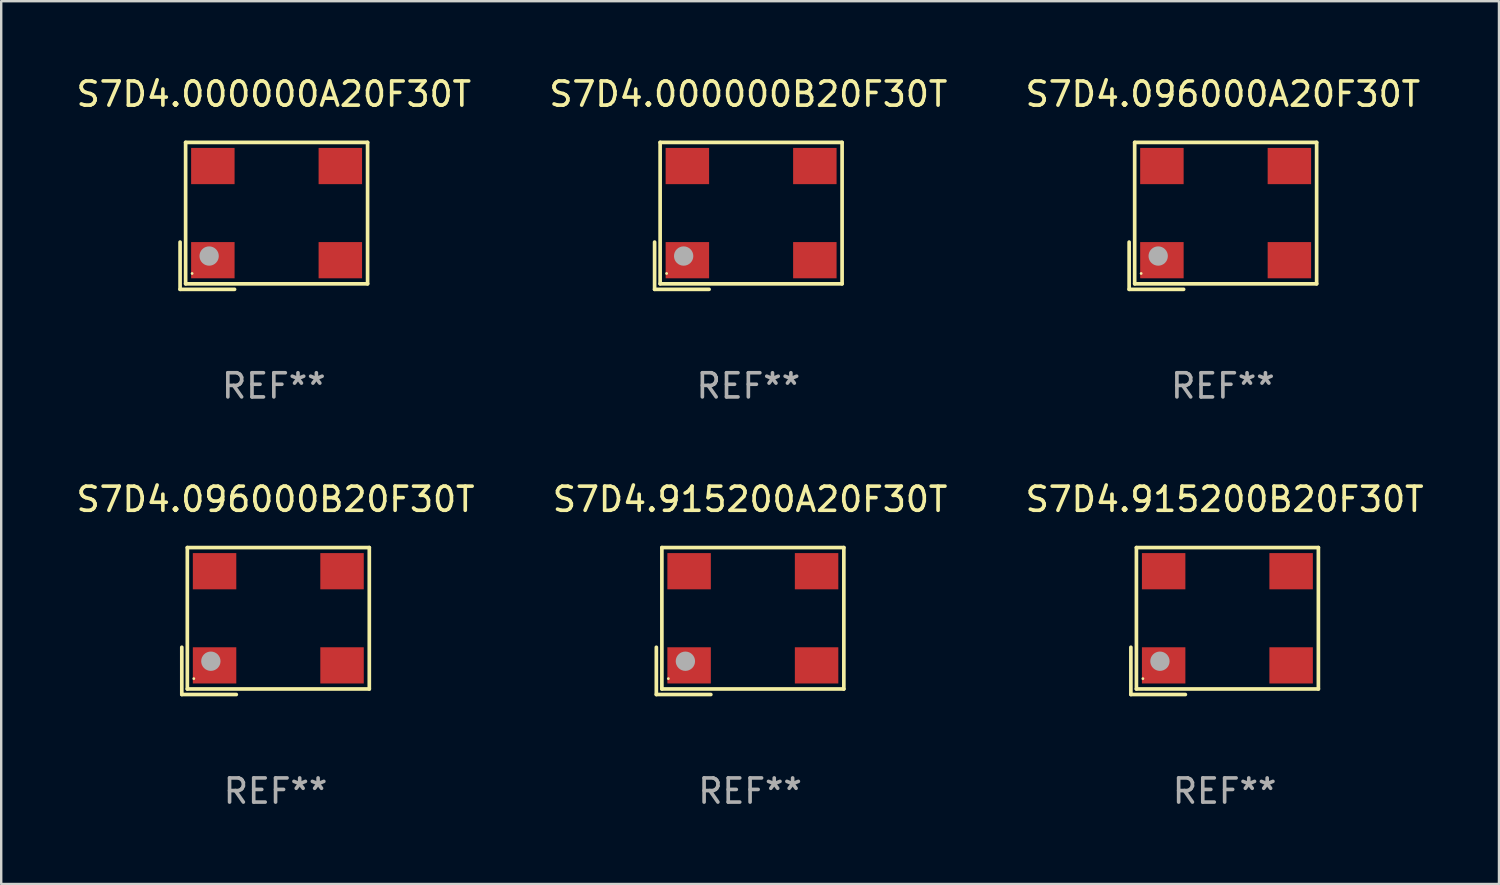
<source format=kicad_pcb>
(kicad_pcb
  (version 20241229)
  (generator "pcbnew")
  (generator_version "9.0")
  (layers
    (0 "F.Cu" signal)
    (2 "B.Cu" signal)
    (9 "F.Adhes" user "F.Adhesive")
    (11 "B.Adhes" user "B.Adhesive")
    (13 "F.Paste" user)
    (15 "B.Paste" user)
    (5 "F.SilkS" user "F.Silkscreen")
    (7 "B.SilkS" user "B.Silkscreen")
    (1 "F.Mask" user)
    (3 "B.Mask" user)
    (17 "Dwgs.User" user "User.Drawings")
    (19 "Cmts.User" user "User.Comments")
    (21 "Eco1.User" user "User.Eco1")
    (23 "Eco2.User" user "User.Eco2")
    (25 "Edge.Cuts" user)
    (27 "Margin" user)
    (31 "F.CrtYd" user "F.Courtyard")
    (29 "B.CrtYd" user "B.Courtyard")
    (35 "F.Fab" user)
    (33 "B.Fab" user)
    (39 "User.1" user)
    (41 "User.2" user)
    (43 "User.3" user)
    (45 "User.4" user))
  (footprint "S7D4.096000A20F30T"
    (layer "F.Cu")
    (at 47.601 5.891)
    (property "Reference" "S7D4.096000A20F30T" (at 0 -5.043 0) (layer "F.SilkS") (effects (font (size 1 1) (thickness 0.15))))
    (attr through_hole)
    (fp_line (start -3.883 1.086) (end -3.883 3.043) (stroke (width 0.152) (type solid)) (layer "F.SilkS"))
    (fp_line (start -3.883 3.043) (end -1.626 3.043) (stroke (width 0.152) (type solid)) (layer "F.SilkS"))
    (fp_line (start -3.654 -3.043) (end 3.883 -3.043) (stroke (width 0.152) (type solid)) (layer "F.SilkS"))
    (fp_line (start -3.654 2.814) (end -3.654 -3.043) (stroke (width 0.152) (type solid)) (layer "F.SilkS"))
    (fp_line (start 3.883 -3.043) (end 3.883 2.814) (stroke (width 0.152) (type solid)) (layer "F.SilkS"))
    (fp_line (start 3.883 2.814) (end -3.654 2.814) (stroke (width 0.152) (type solid)) (layer "F.SilkS"))
    (fp_circle (center -3.386 2.386) (end -3.356 2.386) (stroke (width 0.06) (type solid)) (fill no) (layer "F.SilkS"))
    (fp_circle (center -2.68 1.664) (end -2.48 1.664) (stroke (width 0.4) (type solid)) (fill no) (layer "F.Fab"))
    (fp_text user "REF**" (at 0 7.043 0) (layer "F.Fab") (effects (font (size 1 1) (thickness 0.15))))
    (pad "1" smd rect (at -2.526 1.836) (size 1.8 1.5) (layers "F.Cu" "F.Mask" "F.Paste"))
    (pad "2" smd rect (at 2.754 1.836) (size 1.8 1.5) (layers "F.Cu" "F.Mask" "F.Paste"))
    (pad "3" smd rect (at 2.754 -2.064) (size 1.8 1.5) (layers "F.Cu" "F.Mask" "F.Paste"))
    (pad "4" smd rect (at -2.526 -2.064) (size 1.8 1.5) (layers "F.Cu" "F.Mask" "F.Paste")))
  (footprint "S7D4.000000B20F30T"
    (layer "F.Cu")
    (at 27.946 5.891)
    (property "Reference" "S7D4.000000B20F30T" (at 0 -5.043 0) (layer "F.SilkS") (effects (font (size 1 1) (thickness 0.15))))
    (attr through_hole)
    (fp_line (start -3.883 1.086) (end -3.883 3.043) (stroke (width 0.152) (type solid)) (layer "F.SilkS"))
    (fp_line (start -3.883 3.043) (end -1.626 3.043) (stroke (width 0.152) (type solid)) (layer "F.SilkS"))
    (fp_line (start -3.654 -3.043) (end 3.883 -3.043) (stroke (width 0.152) (type solid)) (layer "F.SilkS"))
    (fp_line (start -3.654 2.814) (end -3.654 -3.043) (stroke (width 0.152) (type solid)) (layer "F.SilkS"))
    (fp_line (start 3.883 -3.043) (end 3.883 2.814) (stroke (width 0.152) (type solid)) (layer "F.SilkS"))
    (fp_line (start 3.883 2.814) (end -3.654 2.814) (stroke (width 0.152) (type solid)) (layer "F.SilkS"))
    (fp_circle (center -3.386 2.386) (end -3.356 2.386) (stroke (width 0.06) (type solid)) (fill no) (layer "F.SilkS"))
    (fp_circle (center -2.68 1.664) (end -2.48 1.664) (stroke (width 0.4) (type solid)) (fill no) (layer "F.Fab"))
    (fp_text user "REF**" (at 0 7.043 0) (layer "F.Fab") (effects (font (size 1 1) (thickness 0.15))))
    (pad "1" smd rect (at -2.526 1.836) (size 1.8 1.5) (layers "F.Cu" "F.Mask" "F.Paste"))
    (pad "2" smd rect (at 2.754 1.836) (size 1.8 1.5) (layers "F.Cu" "F.Mask" "F.Paste"))
    (pad "3" smd rect (at 2.754 -2.064) (size 1.8 1.5) (layers "F.Cu" "F.Mask" "F.Paste"))
    (pad "4" smd rect (at -2.526 -2.064) (size 1.8 1.5) (layers "F.Cu" "F.Mask" "F.Paste")))
  (footprint "S7D4.000000A20F30T"
    (layer "F.Cu")
    (at 8.292 5.891)
    (property "Reference" "S7D4.000000A20F30T" (at 0 -5.043 0) (layer "F.SilkS") (effects (font (size 1 1) (thickness 0.15))))
    (attr through_hole)
    (fp_line (start -3.883 1.086) (end -3.883 3.043) (stroke (width 0.152) (type solid)) (layer "F.SilkS"))
    (fp_line (start -3.883 3.043) (end -1.626 3.043) (stroke (width 0.152) (type solid)) (layer "F.SilkS"))
    (fp_line (start -3.654 -3.043) (end 3.883 -3.043) (stroke (width 0.152) (type solid)) (layer "F.SilkS"))
    (fp_line (start -3.654 2.814) (end -3.654 -3.043) (stroke (width 0.152) (type solid)) (layer "F.SilkS"))
    (fp_line (start 3.883 -3.043) (end 3.883 2.814) (stroke (width 0.152) (type solid)) (layer "F.SilkS"))
    (fp_line (start 3.883 2.814) (end -3.654 2.814) (stroke (width 0.152) (type solid)) (layer "F.SilkS"))
    (fp_circle (center -3.386 2.386) (end -3.356 2.386) (stroke (width 0.06) (type solid)) (fill no) (layer "F.SilkS"))
    (fp_circle (center -2.68 1.664) (end -2.48 1.664) (stroke (width 0.4) (type solid)) (fill no) (layer "F.Fab"))
    (fp_text user "REF**" (at 0 7.043 0) (layer "F.Fab") (effects (font (size 1 1) (thickness 0.15))))
    (pad "1" smd rect (at -2.526 1.836) (size 1.8 1.5) (layers "F.Cu" "F.Mask" "F.Paste"))
    (pad "2" smd rect (at 2.754 1.836) (size 1.8 1.5) (layers "F.Cu" "F.Mask" "F.Paste"))
    (pad "3" smd rect (at 2.754 -2.064) (size 1.8 1.5) (layers "F.Cu" "F.Mask" "F.Paste"))
    (pad "4" smd rect (at -2.526 -2.064) (size 1.8 1.5) (layers "F.Cu" "F.Mask" "F.Paste")))
  (footprint "S7D4.915200A20F30T"
    (layer "F.Cu")
    (at 28.018 22.673)
    (property "Reference" "S7D4.915200A20F30T" (at 0 -5.043 0) (layer "F.SilkS") (effects (font (size 1 1) (thickness 0.15))))
    (attr through_hole)
    (fp_line (start -3.883 1.086) (end -3.883 3.043) (stroke (width 0.152) (type solid)) (layer "F.SilkS"))
    (fp_line (start -3.883 3.043) (end -1.626 3.043) (stroke (width 0.152) (type solid)) (layer "F.SilkS"))
    (fp_line (start -3.654 -3.043) (end 3.883 -3.043) (stroke (width 0.152) (type solid)) (layer "F.SilkS"))
    (fp_line (start -3.654 2.814) (end -3.654 -3.043) (stroke (width 0.152) (type solid)) (layer "F.SilkS"))
    (fp_line (start 3.883 -3.043) (end 3.883 2.814) (stroke (width 0.152) (type solid)) (layer "F.SilkS"))
    (fp_line (start 3.883 2.814) (end -3.654 2.814) (stroke (width 0.152) (type solid)) (layer "F.SilkS"))
    (fp_circle (center -3.386 2.386) (end -3.356 2.386) (stroke (width 0.06) (type solid)) (fill no) (layer "F.SilkS"))
    (fp_circle (center -2.68 1.664) (end -2.48 1.664) (stroke (width 0.4) (type solid)) (fill no) (layer "F.Fab"))
    (fp_text user "REF**" (at 0 7.043 0) (layer "F.Fab") (effects (font (size 1 1) (thickness 0.15))))
    (pad "1" smd rect (at -2.526 1.836) (size 1.8 1.5) (layers "F.Cu" "F.Mask" "F.Paste"))
    (pad "2" smd rect (at 2.754 1.836) (size 1.8 1.5) (layers "F.Cu" "F.Mask" "F.Paste"))
    (pad "3" smd rect (at 2.754 -2.064) (size 1.8 1.5) (layers "F.Cu" "F.Mask" "F.Paste"))
    (pad "4" smd rect (at -2.526 -2.064) (size 1.8 1.5) (layers "F.Cu" "F.Mask" "F.Paste")))
  (footprint "S7D4.096000B20F30T"
    (layer "F.Cu")
    (at 8.363 22.673)
    (property "Reference" "S7D4.096000B20F30T" (at 0 -5.043 0) (layer "F.SilkS") (effects (font (size 1 1) (thickness 0.15))))
    (attr through_hole)
    (fp_line (start -3.883 1.086) (end -3.883 3.043) (stroke (width 0.152) (type solid)) (layer "F.SilkS"))
    (fp_line (start -3.883 3.043) (end -1.626 3.043) (stroke (width 0.152) (type solid)) (layer "F.SilkS"))
    (fp_line (start -3.654 -3.043) (end 3.883 -3.043) (stroke (width 0.152) (type solid)) (layer "F.SilkS"))
    (fp_line (start -3.654 2.814) (end -3.654 -3.043) (stroke (width 0.152) (type solid)) (layer "F.SilkS"))
    (fp_line (start 3.883 -3.043) (end 3.883 2.814) (stroke (width 0.152) (type solid)) (layer "F.SilkS"))
    (fp_line (start 3.883 2.814) (end -3.654 2.814) (stroke (width 0.152) (type solid)) (layer "F.SilkS"))
    (fp_circle (center -3.386 2.386) (end -3.356 2.386) (stroke (width 0.06) (type solid)) (fill no) (layer "F.SilkS"))
    (fp_circle (center -2.68 1.664) (end -2.48 1.664) (stroke (width 0.4) (type solid)) (fill no) (layer "F.Fab"))
    (fp_text user "REF**" (at 0 7.043 0) (layer "F.Fab") (effects (font (size 1 1) (thickness 0.15))))
    (pad "1" smd rect (at -2.526 1.836) (size 1.8 1.5) (layers "F.Cu" "F.Mask" "F.Paste"))
    (pad "2" smd rect (at 2.754 1.836) (size 1.8 1.5) (layers "F.Cu" "F.Mask" "F.Paste"))
    (pad "3" smd rect (at 2.754 -2.064) (size 1.8 1.5) (layers "F.Cu" "F.Mask" "F.Paste"))
    (pad "4" smd rect (at -2.526 -2.064) (size 1.8 1.5) (layers "F.Cu" "F.Mask" "F.Paste")))
  (footprint "S7D4.915200B20F30T"
    (layer "F.Cu")
    (at 47.673 22.673)
    (property "Reference" "S7D4.915200B20F30T" (at 0 -5.043 0) (layer "F.SilkS") (effects (font (size 1 1) (thickness 0.15))))
    (attr through_hole)
    (fp_line (start -3.883 1.086) (end -3.883 3.043) (stroke (width 0.152) (type solid)) (layer "F.SilkS"))
    (fp_line (start -3.883 3.043) (end -1.626 3.043) (stroke (width 0.152) (type solid)) (layer "F.SilkS"))
    (fp_line (start -3.654 -3.043) (end 3.883 -3.043) (stroke (width 0.152) (type solid)) (layer "F.SilkS"))
    (fp_line (start -3.654 2.814) (end -3.654 -3.043) (stroke (width 0.152) (type solid)) (layer "F.SilkS"))
    (fp_line (start 3.883 -3.043) (end 3.883 2.814) (stroke (width 0.152) (type solid)) (layer "F.SilkS"))
    (fp_line (start 3.883 2.814) (end -3.654 2.814) (stroke (width 0.152) (type solid)) (layer "F.SilkS"))
    (fp_circle (center -3.386 2.386) (end -3.356 2.386) (stroke (width 0.06) (type solid)) (fill no) (layer "F.SilkS"))
    (fp_circle (center -2.68 1.664) (end -2.48 1.664) (stroke (width 0.4) (type solid)) (fill no) (layer "F.Fab"))
    (fp_text user "REF**" (at 0 7.043 0) (layer "F.Fab") (effects (font (size 1 1) (thickness 0.15))))
    (pad "1" smd rect (at -2.526 1.836) (size 1.8 1.5) (layers "F.Cu" "F.Mask" "F.Paste"))
    (pad "2" smd rect (at 2.754 1.836) (size 1.8 1.5) (layers "F.Cu" "F.Mask" "F.Paste"))
    (pad "3" smd rect (at 2.754 -2.064) (size 1.8 1.5) (layers "F.Cu" "F.Mask" "F.Paste"))
    (pad "4" smd rect (at -2.526 -2.064) (size 1.8 1.5) (layers "F.Cu" "F.Mask" "F.Paste")))
  (gr_rect
    (start -3 -3)
    (end 59.036 33.565)
    (stroke (width 0.1) (type default))
    (fill no)
    (layer "Edge.Cuts")))
</source>
